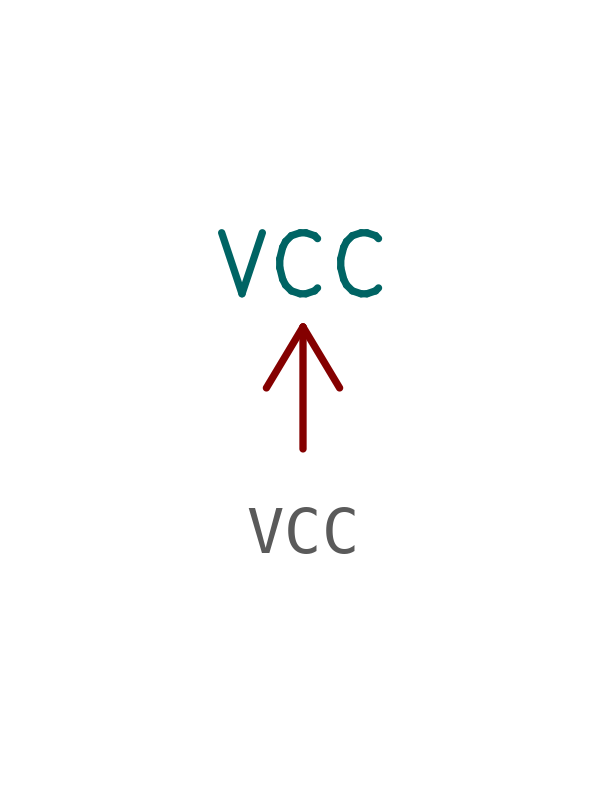
<source format=kicad_sym>
(kicad_symbol_lib
  (version 20231120)
  (generator "kicad_symbol_editor")
  (generator_version "8.0")
  (symbol "VCC"
    (power)
    (pin_names
      (offset 0))
    (property "Reference" "#PWR"
      (at 0 -2.54 0)
      (effects (font (size 1.016 1.016)) (hide yes)))
    (property "Value" "VCC"
      (at 0 3.81 0)
      (effects (font (size 1.27 1.27))))
    (symbol "VCC_1_1"
      (polyline (pts (xy -0.762 1.27) (xy 0 2.54)) (stroke (width 0) (type default)) (fill (type none)))
      (polyline (pts (xy 0 0) (xy 0 2.54)) (stroke (width 0) (type default)) (fill (type none)))
      (polyline (pts (xy 0 2.54) (xy 0.762 1.27)) (stroke (width 0) (type default)) (fill (type none)))
      (pin power_in line (at 0 0 90) (length 0) hide (name "VCC" (effects (font (size 1.27 1.27)))) (number "1" (effects (font (size 1.27 1.27))))))))
</source>
